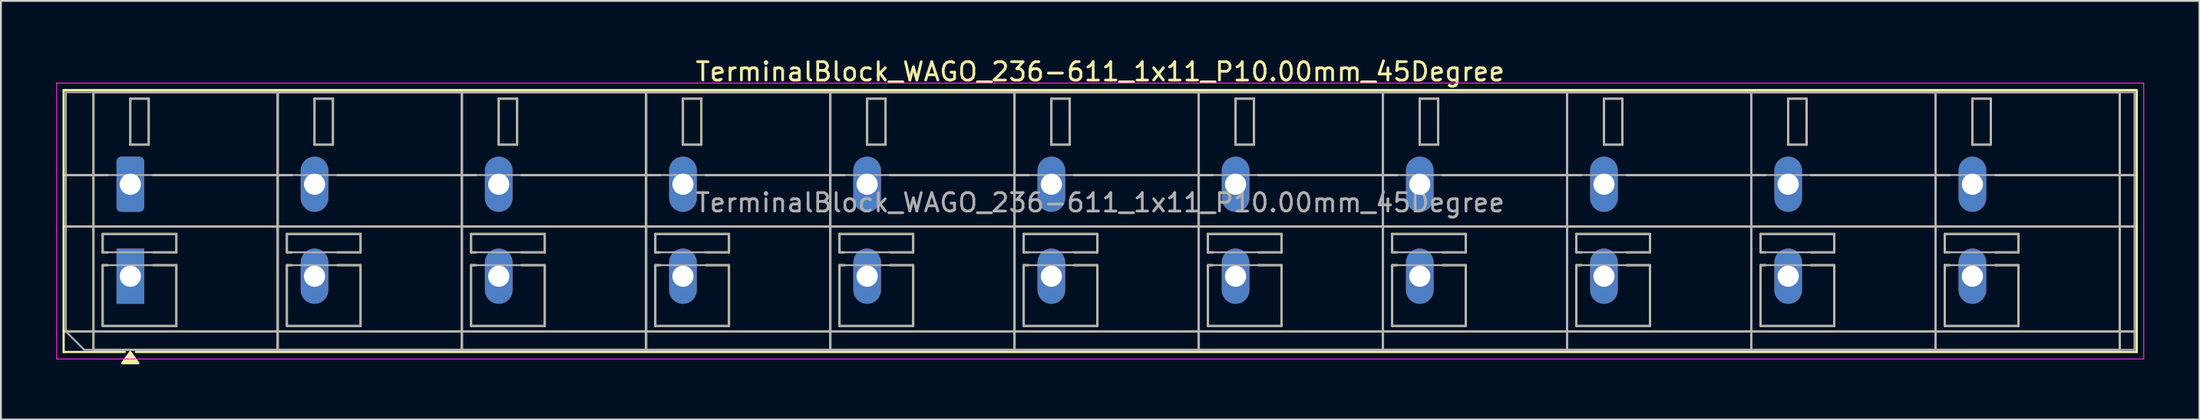
<source format=kicad_pcb>
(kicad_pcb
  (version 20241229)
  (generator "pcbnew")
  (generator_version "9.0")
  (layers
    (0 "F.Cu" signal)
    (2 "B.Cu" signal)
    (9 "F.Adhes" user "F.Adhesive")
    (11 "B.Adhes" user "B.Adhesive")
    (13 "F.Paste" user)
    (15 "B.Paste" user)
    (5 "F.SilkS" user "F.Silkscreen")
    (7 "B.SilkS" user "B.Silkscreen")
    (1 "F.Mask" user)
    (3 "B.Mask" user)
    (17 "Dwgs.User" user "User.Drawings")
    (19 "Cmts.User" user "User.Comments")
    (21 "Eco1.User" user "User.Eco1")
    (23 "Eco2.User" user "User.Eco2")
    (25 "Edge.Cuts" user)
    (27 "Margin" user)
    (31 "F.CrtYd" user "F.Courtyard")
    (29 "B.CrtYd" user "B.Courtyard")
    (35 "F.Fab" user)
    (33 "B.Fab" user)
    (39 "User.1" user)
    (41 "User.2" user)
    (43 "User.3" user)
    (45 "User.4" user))
  (footprint "TerminalBlock_WAGO_236-611_1x11_P10.00mm_45Degree"
    (layer "F.Cu")
    (at 4.025 6.968)
    (property "Reference" "TerminalBlock_WAGO_236-611_1x11_P10.00mm_45Degree" (at 52.65 -6.12 0) (layer "F.SilkS") (effects (font (size 1 1) (thickness 0.15))))
    (attr through_hole)
    (fp_line (start -3.62 -5.12) (end -3.62 9.12) (stroke (width 0.12) (type solid)) (layer "F.SilkS"))
    (fp_line (start -3.62 -5.12) (end 108.92 -5.12) (stroke (width 0.12) (type solid)) (layer "F.SilkS"))
    (fp_line (start -3.62 -0.5) (end -1.23 -0.5) (stroke (width 0.12) (type solid)) (layer "F.SilkS"))
    (fp_line (start -3.62 2.3) (end 108.92 2.3) (stroke (width 0.12) (type solid)) (layer "F.SilkS"))
    (fp_line (start -3.62 8) (end 108.92 8) (stroke (width 0.12) (type solid)) (layer "F.SilkS"))
    (fp_line (start -3.62 9.12) (end -0.3 9.12) (stroke (width 0.12) (type solid)) (layer "F.SilkS"))
    (fp_line (start -2 -5) (end -2 9) (stroke (width 0.12) (type solid)) (layer "F.SilkS"))
    (fp_line (start -2 -5) (end 8 -5) (stroke (width 0.12) (type solid)) (layer "F.SilkS"))
    (fp_line (start -2 9) (end 8 9) (stroke (width 0.12) (type solid)) (layer "F.SilkS"))
    (fp_line (start -1.5 2.7) (end -1.5 3.7) (stroke (width 0.12) (type solid)) (layer "F.SilkS"))
    (fp_line (start -1.5 2.7) (end 2.5 2.7) (stroke (width 0.12) (type solid)) (layer "F.SilkS"))
    (fp_line (start -1.5 3.7) (end -1.23 3.7) (stroke (width 0.12) (type solid)) (layer "F.SilkS"))
    (fp_line (start -1.5 4.4) (end -1.5 7.7) (stroke (width 0.12) (type solid)) (layer "F.SilkS"))
    (fp_line (start -1.5 4.4) (end -1.23 4.4) (stroke (width 0.12) (type solid)) (layer "F.SilkS"))
    (fp_line (start -1.5 7.7) (end 2.5 7.7) (stroke (width 0.12) (type solid)) (layer "F.SilkS"))
    (fp_line (start 0 -4.65) (end 0 -2.15) (stroke (width 0.12) (type solid)) (layer "F.SilkS"))
    (fp_line (start 0 -4.65) (end 1 -4.65) (stroke (width 0.12) (type solid)) (layer "F.SilkS"))
    (fp_line (start 0 -2.15) (end 1 -2.15) (stroke (width 0.12) (type solid)) (layer "F.SilkS"))
    (fp_line (start 0.3 9.12) (end 108.92 9.12) (stroke (width 0.12) (type solid)) (layer "F.SilkS"))
    (fp_line (start 1 -4.65) (end 1 -2.15) (stroke (width 0.12) (type solid)) (layer "F.SilkS"))
    (fp_line (start 1.23 -0.5) (end 8.77 -0.5) (stroke (width 0.12) (type solid)) (layer "F.SilkS"))
    (fp_line (start 1.23 3.7) (end 2.5 3.7) (stroke (width 0.12) (type solid)) (layer "F.SilkS"))
    (fp_line (start 1.23 4.4) (end 2.5 4.4) (stroke (width 0.12) (type solid)) (layer "F.SilkS"))
    (fp_line (start 2.5 2.7) (end 2.5 3.7) (stroke (width 0.12) (type solid)) (layer "F.SilkS"))
    (fp_line (start 2.5 4.4) (end 2.5 7.7) (stroke (width 0.12) (type solid)) (layer "F.SilkS"))
    (fp_line (start 8 -5) (end 8 9) (stroke (width 0.12) (type solid)) (layer "F.SilkS"))
    (fp_line (start 8 -5) (end 8 9) (stroke (width 0.12) (type solid)) (layer "F.SilkS"))
    (fp_line (start 8 -5) (end 18 -5) (stroke (width 0.12) (type solid)) (layer "F.SilkS"))
    (fp_line (start 8 9) (end 18 9) (stroke (width 0.12) (type solid)) (layer "F.SilkS"))
    (fp_line (start 8.5 2.7) (end 8.5 3.7) (stroke (width 0.12) (type solid)) (layer "F.SilkS"))
    (fp_line (start 8.5 2.7) (end 12.5 2.7) (stroke (width 0.12) (type solid)) (layer "F.SilkS"))
    (fp_line (start 8.5 3.7) (end 8.77 3.7) (stroke (width 0.12) (type solid)) (layer "F.SilkS"))
    (fp_line (start 8.5 4.4) (end 8.5 7.7) (stroke (width 0.12) (type solid)) (layer "F.SilkS"))
    (fp_line (start 8.5 4.4) (end 8.77 4.4) (stroke (width 0.12) (type solid)) (layer "F.SilkS"))
    (fp_line (start 8.5 7.7) (end 12.5 7.7) (stroke (width 0.12) (type solid)) (layer "F.SilkS"))
    (fp_line (start 10 -4.65) (end 10 -2.15) (stroke (width 0.12) (type solid)) (layer "F.SilkS"))
    (fp_line (start 10 -4.65) (end 11 -4.65) (stroke (width 0.12) (type solid)) (layer "F.SilkS"))
    (fp_line (start 10 -2.15) (end 11 -2.15) (stroke (width 0.12) (type solid)) (layer "F.SilkS"))
    (fp_line (start 11 -4.65) (end 11 -2.15) (stroke (width 0.12) (type solid)) (layer "F.SilkS"))
    (fp_line (start 11.23 -0.5) (end 18.77 -0.5) (stroke (width 0.12) (type solid)) (layer "F.SilkS"))
    (fp_line (start 11.23 3.7) (end 12.5 3.7) (stroke (width 0.12) (type solid)) (layer "F.SilkS"))
    (fp_line (start 11.23 4.4) (end 12.5 4.4) (stroke (width 0.12) (type solid)) (layer "F.SilkS"))
    (fp_line (start 12.5 2.7) (end 12.5 3.7) (stroke (width 0.12) (type solid)) (layer "F.SilkS"))
    (fp_line (start 12.5 4.4) (end 12.5 7.7) (stroke (width 0.12) (type solid)) (layer "F.SilkS"))
    (fp_line (start 18 -5) (end 18 9) (stroke (width 0.12) (type solid)) (layer "F.SilkS"))
    (fp_line (start 18 -5) (end 18 9) (stroke (width 0.12) (type solid)) (layer "F.SilkS"))
    (fp_line (start 18 -5) (end 28 -5) (stroke (width 0.12) (type solid)) (layer "F.SilkS"))
    (fp_line (start 18 9) (end 28 9) (stroke (width 0.12) (type solid)) (layer "F.SilkS"))
    (fp_line (start 18.5 2.7) (end 18.5 3.7) (stroke (width 0.12) (type solid)) (layer "F.SilkS"))
    (fp_line (start 18.5 2.7) (end 22.5 2.7) (stroke (width 0.12) (type solid)) (layer "F.SilkS"))
    (fp_line (start 18.5 3.7) (end 18.77 3.7) (stroke (width 0.12) (type solid)) (layer "F.SilkS"))
    (fp_line (start 18.5 4.4) (end 18.5 7.7) (stroke (width 0.12) (type solid)) (layer "F.SilkS"))
    (fp_line (start 18.5 4.4) (end 18.77 4.4) (stroke (width 0.12) (type solid)) (layer "F.SilkS"))
    (fp_line (start 18.5 7.7) (end 22.5 7.7) (stroke (width 0.12) (type solid)) (layer "F.SilkS"))
    (fp_line (start 20 -4.65) (end 20 -2.15) (stroke (width 0.12) (type solid)) (layer "F.SilkS"))
    (fp_line (start 20 -4.65) (end 21 -4.65) (stroke (width 0.12) (type solid)) (layer "F.SilkS"))
    (fp_line (start 20 -2.15) (end 21 -2.15) (stroke (width 0.12) (type solid)) (layer "F.SilkS"))
    (fp_line (start 21 -4.65) (end 21 -2.15) (stroke (width 0.12) (type solid)) (layer "F.SilkS"))
    (fp_line (start 21.23 -0.5) (end 28.77 -0.5) (stroke (width 0.12) (type solid)) (layer "F.SilkS"))
    (fp_line (start 21.23 3.7) (end 22.5 3.7) (stroke (width 0.12) (type solid)) (layer "F.SilkS"))
    (fp_line (start 21.23 4.4) (end 22.5 4.4) (stroke (width 0.12) (type solid)) (layer "F.SilkS"))
    (fp_line (start 22.5 2.7) (end 22.5 3.7) (stroke (width 0.12) (type solid)) (layer "F.SilkS"))
    (fp_line (start 22.5 4.4) (end 22.5 7.7) (stroke (width 0.12) (type solid)) (layer "F.SilkS"))
    (fp_line (start 28 -5) (end 28 9) (stroke (width 0.12) (type solid)) (layer "F.SilkS"))
    (fp_line (start 28 -5) (end 28 9) (stroke (width 0.12) (type solid)) (layer "F.SilkS"))
    (fp_line (start 28 -5) (end 38 -5) (stroke (width 0.12) (type solid)) (layer "F.SilkS"))
    (fp_line (start 28 9) (end 38 9) (stroke (width 0.12) (type solid)) (layer "F.SilkS"))
    (fp_line (start 28.5 2.7) (end 28.5 3.7) (stroke (width 0.12) (type solid)) (layer "F.SilkS"))
    (fp_line (start 28.5 2.7) (end 32.5 2.7) (stroke (width 0.12) (type solid)) (layer "F.SilkS"))
    (fp_line (start 28.5 3.7) (end 28.77 3.7) (stroke (width 0.12) (type solid)) (layer "F.SilkS"))
    (fp_line (start 28.5 4.4) (end 28.5 7.7) (stroke (width 0.12) (type solid)) (layer "F.SilkS"))
    (fp_line (start 28.5 4.4) (end 28.77 4.4) (stroke (width 0.12) (type solid)) (layer "F.SilkS"))
    (fp_line (start 28.5 7.7) (end 32.5 7.7) (stroke (width 0.12) (type solid)) (layer "F.SilkS"))
    (fp_line (start 30 -4.65) (end 30 -2.15) (stroke (width 0.12) (type solid)) (layer "F.SilkS"))
    (fp_line (start 30 -4.65) (end 31 -4.65) (stroke (width 0.12) (type solid)) (layer "F.SilkS"))
    (fp_line (start 30 -2.15) (end 31 -2.15) (stroke (width 0.12) (type solid)) (layer "F.SilkS"))
    (fp_line (start 31 -4.65) (end 31 -2.15) (stroke (width 0.12) (type solid)) (layer "F.SilkS"))
    (fp_line (start 31.23 -0.5) (end 38.77 -0.5) (stroke (width 0.12) (type solid)) (layer "F.SilkS"))
    (fp_line (start 31.23 3.7) (end 32.5 3.7) (stroke (width 0.12) (type solid)) (layer "F.SilkS"))
    (fp_line (start 31.23 4.4) (end 32.5 4.4) (stroke (width 0.12) (type solid)) (layer "F.SilkS"))
    (fp_line (start 32.5 2.7) (end 32.5 3.7) (stroke (width 0.12) (type solid)) (layer "F.SilkS"))
    (fp_line (start 32.5 4.4) (end 32.5 7.7) (stroke (width 0.12) (type solid)) (layer "F.SilkS"))
    (fp_line (start 38 -5) (end 38 9) (stroke (width 0.12) (type solid)) (layer "F.SilkS"))
    (fp_line (start 38 -5) (end 38 9) (stroke (width 0.12) (type solid)) (layer "F.SilkS"))
    (fp_line (start 38 -5) (end 48 -5) (stroke (width 0.12) (type solid)) (layer "F.SilkS"))
    (fp_line (start 38 9) (end 48 9) (stroke (width 0.12) (type solid)) (layer "F.SilkS"))
    (fp_line (start 38.5 2.7) (end 38.5 3.7) (stroke (width 0.12) (type solid)) (layer "F.SilkS"))
    (fp_line (start 38.5 2.7) (end 42.5 2.7) (stroke (width 0.12) (type solid)) (layer "F.SilkS"))
    (fp_line (start 38.5 3.7) (end 38.77 3.7) (stroke (width 0.12) (type solid)) (layer "F.SilkS"))
    (fp_line (start 38.5 4.4) (end 38.5 7.7) (stroke (width 0.12) (type solid)) (layer "F.SilkS"))
    (fp_line (start 38.5 4.4) (end 38.77 4.4) (stroke (width 0.12) (type solid)) (layer "F.SilkS"))
    (fp_line (start 38.5 7.7) (end 42.5 7.7) (stroke (width 0.12) (type solid)) (layer "F.SilkS"))
    (fp_line (start 40 -4.65) (end 40 -2.15) (stroke (width 0.12) (type solid)) (layer "F.SilkS"))
    (fp_line (start 40 -4.65) (end 41 -4.65) (stroke (width 0.12) (type solid)) (layer "F.SilkS"))
    (fp_line (start 40 -2.15) (end 41 -2.15) (stroke (width 0.12) (type solid)) (layer "F.SilkS"))
    (fp_line (start 41 -4.65) (end 41 -2.15) (stroke (width 0.12) (type solid)) (layer "F.SilkS"))
    (fp_line (start 41.23 -0.5) (end 48.77 -0.5) (stroke (width 0.12) (type solid)) (layer "F.SilkS"))
    (fp_line (start 41.23 3.7) (end 42.5 3.7) (stroke (width 0.12) (type solid)) (layer "F.SilkS"))
    (fp_line (start 41.23 4.4) (end 42.5 4.4) (stroke (width 0.12) (type solid)) (layer "F.SilkS"))
    (fp_line (start 42.5 2.7) (end 42.5 3.7) (stroke (width 0.12) (type solid)) (layer "F.SilkS"))
    (fp_line (start 42.5 4.4) (end 42.5 7.7) (stroke (width 0.12) (type solid)) (layer "F.SilkS"))
    (fp_line (start 48 -5) (end 48 9) (stroke (width 0.12) (type solid)) (layer "F.SilkS"))
    (fp_line (start 48 -5) (end 48 9) (stroke (width 0.12) (type solid)) (layer "F.SilkS"))
    (fp_line (start 48 -5) (end 58 -5) (stroke (width 0.12) (type solid)) (layer "F.SilkS"))
    (fp_line (start 48 9) (end 58 9) (stroke (width 0.12) (type solid)) (layer "F.SilkS"))
    (fp_line (start 48.5 2.7) (end 48.5 3.7) (stroke (width 0.12) (type solid)) (layer "F.SilkS"))
    (fp_line (start 48.5 2.7) (end 52.5 2.7) (stroke (width 0.12) (type solid)) (layer "F.SilkS"))
    (fp_line (start 48.5 3.7) (end 48.77 3.7) (stroke (width 0.12) (type solid)) (layer "F.SilkS"))
    (fp_line (start 48.5 4.4) (end 48.5 7.7) (stroke (width 0.12) (type solid)) (layer "F.SilkS"))
    (fp_line (start 48.5 4.4) (end 48.77 4.4) (stroke (width 0.12) (type solid)) (layer "F.SilkS"))
    (fp_line (start 48.5 7.7) (end 52.5 7.7) (stroke (width 0.12) (type solid)) (layer "F.SilkS"))
    (fp_line (start 50 -4.65) (end 50 -2.15) (stroke (width 0.12) (type solid)) (layer "F.SilkS"))
    (fp_line (start 50 -4.65) (end 51 -4.65) (stroke (width 0.12) (type solid)) (layer "F.SilkS"))
    (fp_line (start 50 -2.15) (end 51 -2.15) (stroke (width 0.12) (type solid)) (layer "F.SilkS"))
    (fp_line (start 51 -4.65) (end 51 -2.15) (stroke (width 0.12) (type solid)) (layer "F.SilkS"))
    (fp_line (start 51.23 -0.5) (end 58.77 -0.5) (stroke (width 0.12) (type solid)) (layer "F.SilkS"))
    (fp_line (start 51.23 3.7) (end 52.5 3.7) (stroke (width 0.12) (type solid)) (layer "F.SilkS"))
    (fp_line (start 51.23 4.4) (end 52.5 4.4) (stroke (width 0.12) (type solid)) (layer "F.SilkS"))
    (fp_line (start 52.5 2.7) (end 52.5 3.7) (stroke (width 0.12) (type solid)) (layer "F.SilkS"))
    (fp_line (start 52.5 4.4) (end 52.5 7.7) (stroke (width 0.12) (type solid)) (layer "F.SilkS"))
    (fp_line (start 58 -5) (end 58 9) (stroke (width 0.12) (type solid)) (layer "F.SilkS"))
    (fp_line (start 58 -5) (end 58 9) (stroke (width 0.12) (type solid)) (layer "F.SilkS"))
    (fp_line (start 58 -5) (end 68 -5) (stroke (width 0.12) (type solid)) (layer "F.SilkS"))
    (fp_line (start 58 9) (end 68 9) (stroke (width 0.12) (type solid)) (layer "F.SilkS"))
    (fp_line (start 58.5 2.7) (end 58.5 3.7) (stroke (width 0.12) (type solid)) (layer "F.SilkS"))
    (fp_line (start 58.5 2.7) (end 62.5 2.7) (stroke (width 0.12) (type solid)) (layer "F.SilkS"))
    (fp_line (start 58.5 3.7) (end 58.77 3.7) (stroke (width 0.12) (type solid)) (layer "F.SilkS"))
    (fp_line (start 58.5 4.4) (end 58.5 7.7) (stroke (width 0.12) (type solid)) (layer "F.SilkS"))
    (fp_line (start 58.5 4.4) (end 58.77 4.4) (stroke (width 0.12) (type solid)) (layer "F.SilkS"))
    (fp_line (start 58.5 7.7) (end 62.5 7.7) (stroke (width 0.12) (type solid)) (layer "F.SilkS"))
    (fp_line (start 60 -4.65) (end 60 -2.15) (stroke (width 0.12) (type solid)) (layer "F.SilkS"))
    (fp_line (start 60 -4.65) (end 61 -4.65) (stroke (width 0.12) (type solid)) (layer "F.SilkS"))
    (fp_line (start 60 -2.15) (end 61 -2.15) (stroke (width 0.12) (type solid)) (layer "F.SilkS"))
    (fp_line (start 61 -4.65) (end 61 -2.15) (stroke (width 0.12) (type solid)) (layer "F.SilkS"))
    (fp_line (start 61.23 -0.5) (end 68.77 -0.5) (stroke (width 0.12) (type solid)) (layer "F.SilkS"))
    (fp_line (start 61.23 3.7) (end 62.5 3.7) (stroke (width 0.12) (type solid)) (layer "F.SilkS"))
    (fp_line (start 61.23 4.4) (end 62.5 4.4) (stroke (width 0.12) (type solid)) (layer "F.SilkS"))
    (fp_line (start 62.5 2.7) (end 62.5 3.7) (stroke (width 0.12) (type solid)) (layer "F.SilkS"))
    (fp_line (start 62.5 4.4) (end 62.5 7.7) (stroke (width 0.12) (type solid)) (layer "F.SilkS"))
    (fp_line (start 68 -5) (end 68 9) (stroke (width 0.12) (type solid)) (layer "F.SilkS"))
    (fp_line (start 68 -5) (end 68 9) (stroke (width 0.12) (type solid)) (layer "F.SilkS"))
    (fp_line (start 68 -5) (end 78 -5) (stroke (width 0.12) (type solid)) (layer "F.SilkS"))
    (fp_line (start 68 9) (end 78 9) (stroke (width 0.12) (type solid)) (layer "F.SilkS"))
    (fp_line (start 68.5 2.7) (end 68.5 3.7) (stroke (width 0.12) (type solid)) (layer "F.SilkS"))
    (fp_line (start 68.5 2.7) (end 72.5 2.7) (stroke (width 0.12) (type solid)) (layer "F.SilkS"))
    (fp_line (start 68.5 3.7) (end 68.77 3.7) (stroke (width 0.12) (type solid)) (layer "F.SilkS"))
    (fp_line (start 68.5 4.4) (end 68.5 7.7) (stroke (width 0.12) (type solid)) (layer "F.SilkS"))
    (fp_line (start 68.5 4.4) (end 68.77 4.4) (stroke (width 0.12) (type solid)) (layer "F.SilkS"))
    (fp_line (start 68.5 7.7) (end 72.5 7.7) (stroke (width 0.12) (type solid)) (layer "F.SilkS"))
    (fp_line (start 70 -4.65) (end 70 -2.15) (stroke (width 0.12) (type solid)) (layer "F.SilkS"))
    (fp_line (start 70 -4.65) (end 71 -4.65) (stroke (width 0.12) (type solid)) (layer "F.SilkS"))
    (fp_line (start 70 -2.15) (end 71 -2.15) (stroke (width 0.12) (type solid)) (layer "F.SilkS"))
    (fp_line (start 71 -4.65) (end 71 -2.15) (stroke (width 0.12) (type solid)) (layer "F.SilkS"))
    (fp_line (start 71.23 -0.5) (end 78.77 -0.5) (stroke (width 0.12) (type solid)) (layer "F.SilkS"))
    (fp_line (start 71.23 3.7) (end 72.5 3.7) (stroke (width 0.12) (type solid)) (layer "F.SilkS"))
    (fp_line (start 71.23 4.4) (end 72.5 4.4) (stroke (width 0.12) (type solid)) (layer "F.SilkS"))
    (fp_line (start 72.5 2.7) (end 72.5 3.7) (stroke (width 0.12) (type solid)) (layer "F.SilkS"))
    (fp_line (start 72.5 4.4) (end 72.5 7.7) (stroke (width 0.12) (type solid)) (layer "F.SilkS"))
    (fp_line (start 78 -5) (end 78 9) (stroke (width 0.12) (type solid)) (layer "F.SilkS"))
    (fp_line (start 78 -5) (end 78 9) (stroke (width 0.12) (type solid)) (layer "F.SilkS"))
    (fp_line (start 78 -5) (end 88 -5) (stroke (width 0.12) (type solid)) (layer "F.SilkS"))
    (fp_line (start 78 9) (end 88 9) (stroke (width 0.12) (type solid)) (layer "F.SilkS"))
    (fp_line (start 78.5 2.7) (end 78.5 3.7) (stroke (width 0.12) (type solid)) (layer "F.SilkS"))
    (fp_line (start 78.5 2.7) (end 82.5 2.7) (stroke (width 0.12) (type solid)) (layer "F.SilkS"))
    (fp_line (start 78.5 3.7) (end 78.77 3.7) (stroke (width 0.12) (type solid)) (layer "F.SilkS"))
    (fp_line (start 78.5 4.4) (end 78.5 7.7) (stroke (width 0.12) (type solid)) (layer "F.SilkS"))
    (fp_line (start 78.5 4.4) (end 78.77 4.4) (stroke (width 0.12) (type solid)) (layer "F.SilkS"))
    (fp_line (start 78.5 7.7) (end 82.5 7.7) (stroke (width 0.12) (type solid)) (layer "F.SilkS"))
    (fp_line (start 80 -4.65) (end 80 -2.15) (stroke (width 0.12) (type solid)) (layer "F.SilkS"))
    (fp_line (start 80 -4.65) (end 81 -4.65) (stroke (width 0.12) (type solid)) (layer "F.SilkS"))
    (fp_line (start 80 -2.15) (end 81 -2.15) (stroke (width 0.12) (type solid)) (layer "F.SilkS"))
    (fp_line (start 81 -4.65) (end 81 -2.15) (stroke (width 0.12) (type solid)) (layer "F.SilkS"))
    (fp_line (start 81.23 -0.5) (end 88.77 -0.5) (stroke (width 0.12) (type solid)) (layer "F.SilkS"))
    (fp_line (start 81.23 3.7) (end 82.5 3.7) (stroke (width 0.12) (type solid)) (layer "F.SilkS"))
    (fp_line (start 81.23 4.4) (end 82.5 4.4) (stroke (width 0.12) (type solid)) (layer "F.SilkS"))
    (fp_line (start 82.5 2.7) (end 82.5 3.7) (stroke (width 0.12) (type solid)) (layer "F.SilkS"))
    (fp_line (start 82.5 4.4) (end 82.5 7.7) (stroke (width 0.12) (type solid)) (layer "F.SilkS"))
    (fp_line (start 88 -5) (end 88 9) (stroke (width 0.12) (type solid)) (layer "F.SilkS"))
    (fp_line (start 88 -5) (end 88 9) (stroke (width 0.12) (type solid)) (layer "F.SilkS"))
    (fp_line (start 88 -5) (end 98 -5) (stroke (width 0.12) (type solid)) (layer "F.SilkS"))
    (fp_line (start 88 9) (end 98 9) (stroke (width 0.12) (type solid)) (layer "F.SilkS"))
    (fp_line (start 88.5 2.7) (end 88.5 3.7) (stroke (width 0.12) (type solid)) (layer "F.SilkS"))
    (fp_line (start 88.5 2.7) (end 92.5 2.7) (stroke (width 0.12) (type solid)) (layer "F.SilkS"))
    (fp_line (start 88.5 3.7) (end 88.77 3.7) (stroke (width 0.12) (type solid)) (layer "F.SilkS"))
    (fp_line (start 88.5 4.4) (end 88.5 7.7) (stroke (width 0.12) (type solid)) (layer "F.SilkS"))
    (fp_line (start 88.5 4.4) (end 88.77 4.4) (stroke (width 0.12) (type solid)) (layer "F.SilkS"))
    (fp_line (start 88.5 7.7) (end 92.5 7.7) (stroke (width 0.12) (type solid)) (layer "F.SilkS"))
    (fp_line (start 90 -4.65) (end 90 -2.15) (stroke (width 0.12) (type solid)) (layer "F.SilkS"))
    (fp_line (start 90 -4.65) (end 91 -4.65) (stroke (width 0.12) (type solid)) (layer "F.SilkS"))
    (fp_line (start 90 -2.15) (end 91 -2.15) (stroke (width 0.12) (type solid)) (layer "F.SilkS"))
    (fp_line (start 91 -4.65) (end 91 -2.15) (stroke (width 0.12) (type solid)) (layer "F.SilkS"))
    (fp_line (start 91.23 -0.5) (end 98.77 -0.5) (stroke (width 0.12) (type solid)) (layer "F.SilkS"))
    (fp_line (start 91.23 3.7) (end 92.5 3.7) (stroke (width 0.12) (type solid)) (layer "F.SilkS"))
    (fp_line (start 91.23 4.4) (end 92.5 4.4) (stroke (width 0.12) (type solid)) (layer "F.SilkS"))
    (fp_line (start 92.5 2.7) (end 92.5 3.7) (stroke (width 0.12) (type solid)) (layer "F.SilkS"))
    (fp_line (start 92.5 4.4) (end 92.5 7.7) (stroke (width 0.12) (type solid)) (layer "F.SilkS"))
    (fp_line (start 98 -5) (end 98 9) (stroke (width 0.12) (type solid)) (layer "F.SilkS"))
    (fp_line (start 98 -5) (end 98 9) (stroke (width 0.12) (type solid)) (layer "F.SilkS"))
    (fp_line (start 98 -5) (end 108 -5) (stroke (width 0.12) (type solid)) (layer "F.SilkS"))
    (fp_line (start 98 9) (end 108 9) (stroke (width 0.12) (type solid)) (layer "F.SilkS"))
    (fp_line (start 98.5 2.7) (end 98.5 3.7) (stroke (width 0.12) (type solid)) (layer "F.SilkS"))
    (fp_line (start 98.5 2.7) (end 102.5 2.7) (stroke (width 0.12) (type solid)) (layer "F.SilkS"))
    (fp_line (start 98.5 3.7) (end 98.77 3.7) (stroke (width 0.12) (type solid)) (layer "F.SilkS"))
    (fp_line (start 98.5 4.4) (end 98.5 7.7) (stroke (width 0.12) (type solid)) (layer "F.SilkS"))
    (fp_line (start 98.5 4.4) (end 98.77 4.4) (stroke (width 0.12) (type solid)) (layer "F.SilkS"))
    (fp_line (start 98.5 7.7) (end 102.5 7.7) (stroke (width 0.12) (type solid)) (layer "F.SilkS"))
    (fp_line (start 100 -4.65) (end 100 -2.15) (stroke (width 0.12) (type solid)) (layer "F.SilkS"))
    (fp_line (start 100 -4.65) (end 101 -4.65) (stroke (width 0.12) (type solid)) (layer "F.SilkS"))
    (fp_line (start 100 -2.15) (end 101 -2.15) (stroke (width 0.12) (type solid)) (layer "F.SilkS"))
    (fp_line (start 101 -4.65) (end 101 -2.15) (stroke (width 0.12) (type solid)) (layer "F.SilkS"))
    (fp_line (start 101.23 -0.5) (end 108.92 -0.5) (stroke (width 0.12) (type solid)) (layer "F.SilkS"))
    (fp_line (start 101.23 3.7) (end 102.5 3.7) (stroke (width 0.12) (type solid)) (layer "F.SilkS"))
    (fp_line (start 101.23 4.4) (end 102.5 4.4) (stroke (width 0.12) (type solid)) (layer "F.SilkS"))
    (fp_line (start 102.5 2.7) (end 102.5 3.7) (stroke (width 0.12) (type solid)) (layer "F.SilkS"))
    (fp_line (start 102.5 4.4) (end 102.5 7.7) (stroke (width 0.12) (type solid)) (layer "F.SilkS"))
    (fp_line (start 108 -5) (end 108 9) (stroke (width 0.12) (type solid)) (layer "F.SilkS"))
    (fp_line (start 108.92 -5.12) (end 108.92 9.12) (stroke (width 0.12) (type solid)) (layer "F.SilkS"))
    (fp_poly (pts (xy 0 9.12) (xy 0.44 9.73) (xy -0.44 9.73)) (stroke (width 0.12) (type solid)) (fill yes) (layer "F.SilkS"))
    (fp_line (start -4 -5.5) (end -4 9.5) (stroke (width 0.05) (type solid)) (layer "F.CrtYd"))
    (fp_line (start -4 9.5) (end 109.3 9.5) (stroke (width 0.05) (type solid)) (layer "F.CrtYd"))
    (fp_line (start 109.3 -5.5) (end -4 -5.5) (stroke (width 0.05) (type solid)) (layer "F.CrtYd"))
    (fp_line (start 109.3 9.5) (end 109.3 -5.5) (stroke (width 0.05) (type solid)) (layer "F.CrtYd"))
    (fp_line (start -3.5 -5) (end 108.8 -5) (stroke (width 0.1) (type solid)) (layer "F.Fab"))
    (fp_line (start -3.5 -0.5) (end 108.8 -0.5) (stroke (width 0.1) (type solid)) (layer "F.Fab"))
    (fp_line (start -3.5 2.3) (end 108.8 2.3) (stroke (width 0.1) (type solid)) (layer "F.Fab"))
    (fp_line (start -3.5 8) (end -3.5 -5) (stroke (width 0.1) (type solid)) (layer "F.Fab"))
    (fp_line (start -3.5 8) (end 108.8 8) (stroke (width 0.1) (type solid)) (layer "F.Fab"))
    (fp_line (start -2.5 9) (end -3.5 8) (stroke (width 0.1) (type solid)) (layer "F.Fab"))
    (fp_line (start -2 -5) (end -2 9) (stroke (width 0.1) (type solid)) (layer "F.Fab"))
    (fp_line (start -2 9) (end 8 9) (stroke (width 0.1) (type solid)) (layer "F.Fab"))
    (fp_line (start -1.5 2.7) (end -1.5 3.7) (stroke (width 0.1) (type solid)) (layer "F.Fab"))
    (fp_line (start -1.5 3.7) (end 2.5 3.7) (stroke (width 0.1) (type solid)) (layer "F.Fab"))
    (fp_line (start -1.5 4.4) (end -1.5 7.7) (stroke (width 0.1) (type solid)) (layer "F.Fab"))
    (fp_line (start -1.5 7.7) (end 2.5 7.7) (stroke (width 0.1) (type solid)) (layer "F.Fab"))
    (fp_line (start 0 -4.65) (end 0 -2.15) (stroke (width 0.1) (type solid)) (layer "F.Fab"))
    (fp_line (start 0 -2.15) (end 1 -2.15) (stroke (width 0.1) (type solid)) (layer "F.Fab"))
    (fp_line (start 1 -4.65) (end 0 -4.65) (stroke (width 0.1) (type solid)) (layer "F.Fab"))
    (fp_line (start 1 -2.15) (end 1 -4.65) (stroke (width 0.1) (type solid)) (layer "F.Fab"))
    (fp_line (start 2.5 2.7) (end -1.5 2.7) (stroke (width 0.1) (type solid)) (layer "F.Fab"))
    (fp_line (start 2.5 3.7) (end 2.5 2.7) (stroke (width 0.1) (type solid)) (layer "F.Fab"))
    (fp_line (start 2.5 4.4) (end -1.5 4.4) (stroke (width 0.1) (type solid)) (layer "F.Fab"))
    (fp_line (start 2.5 7.7) (end 2.5 4.4) (stroke (width 0.1) (type solid)) (layer "F.Fab"))
    (fp_line (start 8 -5) (end -2 -5) (stroke (width 0.1) (type solid)) (layer "F.Fab"))
    (fp_line (start 8 -5) (end 8 9) (stroke (width 0.1) (type solid)) (layer "F.Fab"))
    (fp_line (start 8 9) (end 8 -5) (stroke (width 0.1) (type solid)) (layer "F.Fab"))
    (fp_line (start 8 9) (end 18 9) (stroke (width 0.1) (type solid)) (layer "F.Fab"))
    (fp_line (start 8.5 2.7) (end 8.5 3.7) (stroke (width 0.1) (type solid)) (layer "F.Fab"))
    (fp_line (start 8.5 3.7) (end 12.5 3.7) (stroke (width 0.1) (type solid)) (layer "F.Fab"))
    (fp_line (start 8.5 4.4) (end 8.5 7.7) (stroke (width 0.1) (type solid)) (layer "F.Fab"))
    (fp_line (start 8.5 7.7) (end 12.5 7.7) (stroke (width 0.1) (type solid)) (layer "F.Fab"))
    (fp_line (start 10 -4.65) (end 10 -2.15) (stroke (width 0.1) (type solid)) (layer "F.Fab"))
    (fp_line (start 10 -2.15) (end 11 -2.15) (stroke (width 0.1) (type solid)) (layer "F.Fab"))
    (fp_line (start 11 -4.65) (end 10 -4.65) (stroke (width 0.1) (type solid)) (layer "F.Fab"))
    (fp_line (start 11 -2.15) (end 11 -4.65) (stroke (width 0.1) (type solid)) (layer "F.Fab"))
    (fp_line (start 12.5 2.7) (end 8.5 2.7) (stroke (width 0.1) (type solid)) (layer "F.Fab"))
    (fp_line (start 12.5 3.7) (end 12.5 2.7) (stroke (width 0.1) (type solid)) (layer "F.Fab"))
    (fp_line (start 12.5 4.4) (end 8.5 4.4) (stroke (width 0.1) (type solid)) (layer "F.Fab"))
    (fp_line (start 12.5 7.7) (end 12.5 4.4) (stroke (width 0.1) (type solid)) (layer "F.Fab"))
    (fp_line (start 18 -5) (end 8 -5) (stroke (width 0.1) (type solid)) (layer "F.Fab"))
    (fp_line (start 18 -5) (end 18 9) (stroke (width 0.1) (type solid)) (layer "F.Fab"))
    (fp_line (start 18 9) (end 18 -5) (stroke (width 0.1) (type solid)) (layer "F.Fab"))
    (fp_line (start 18 9) (end 28 9) (stroke (width 0.1) (type solid)) (layer "F.Fab"))
    (fp_line (start 18.5 2.7) (end 18.5 3.7) (stroke (width 0.1) (type solid)) (layer "F.Fab"))
    (fp_line (start 18.5 3.7) (end 22.5 3.7) (stroke (width 0.1) (type solid)) (layer "F.Fab"))
    (fp_line (start 18.5 4.4) (end 18.5 7.7) (stroke (width 0.1) (type solid)) (layer "F.Fab"))
    (fp_line (start 18.5 7.7) (end 22.5 7.7) (stroke (width 0.1) (type solid)) (layer "F.Fab"))
    (fp_line (start 20 -4.65) (end 20 -2.15) (stroke (width 0.1) (type solid)) (layer "F.Fab"))
    (fp_line (start 20 -2.15) (end 21 -2.15) (stroke (width 0.1) (type solid)) (layer "F.Fab"))
    (fp_line (start 21 -4.65) (end 20 -4.65) (stroke (width 0.1) (type solid)) (layer "F.Fab"))
    (fp_line (start 21 -2.15) (end 21 -4.65) (stroke (width 0.1) (type solid)) (layer "F.Fab"))
    (fp_line (start 22.5 2.7) (end 18.5 2.7) (stroke (width 0.1) (type solid)) (layer "F.Fab"))
    (fp_line (start 22.5 3.7) (end 22.5 2.7) (stroke (width 0.1) (type solid)) (layer "F.Fab"))
    (fp_line (start 22.5 4.4) (end 18.5 4.4) (stroke (width 0.1) (type solid)) (layer "F.Fab"))
    (fp_line (start 22.5 7.7) (end 22.5 4.4) (stroke (width 0.1) (type solid)) (layer "F.Fab"))
    (fp_line (start 28 -5) (end 18 -5) (stroke (width 0.1) (type solid)) (layer "F.Fab"))
    (fp_line (start 28 -5) (end 28 9) (stroke (width 0.1) (type solid)) (layer "F.Fab"))
    (fp_line (start 28 9) (end 28 -5) (stroke (width 0.1) (type solid)) (layer "F.Fab"))
    (fp_line (start 28 9) (end 38 9) (stroke (width 0.1) (type solid)) (layer "F.Fab"))
    (fp_line (start 28.5 2.7) (end 28.5 3.7) (stroke (width 0.1) (type solid)) (layer "F.Fab"))
    (fp_line (start 28.5 3.7) (end 32.5 3.7) (stroke (width 0.1) (type solid)) (layer "F.Fab"))
    (fp_line (start 28.5 4.4) (end 28.5 7.7) (stroke (width 0.1) (type solid)) (layer "F.Fab"))
    (fp_line (start 28.5 7.7) (end 32.5 7.7) (stroke (width 0.1) (type solid)) (layer "F.Fab"))
    (fp_line (start 30 -4.65) (end 30 -2.15) (stroke (width 0.1) (type solid)) (layer "F.Fab"))
    (fp_line (start 30 -2.15) (end 31 -2.15) (stroke (width 0.1) (type solid)) (layer "F.Fab"))
    (fp_line (start 31 -4.65) (end 30 -4.65) (stroke (width 0.1) (type solid)) (layer "F.Fab"))
    (fp_line (start 31 -2.15) (end 31 -4.65) (stroke (width 0.1) (type solid)) (layer "F.Fab"))
    (fp_line (start 32.5 2.7) (end 28.5 2.7) (stroke (width 0.1) (type solid)) (layer "F.Fab"))
    (fp_line (start 32.5 3.7) (end 32.5 2.7) (stroke (width 0.1) (type solid)) (layer "F.Fab"))
    (fp_line (start 32.5 4.4) (end 28.5 4.4) (stroke (width 0.1) (type solid)) (layer "F.Fab"))
    (fp_line (start 32.5 7.7) (end 32.5 4.4) (stroke (width 0.1) (type solid)) (layer "F.Fab"))
    (fp_line (start 38 -5) (end 28 -5) (stroke (width 0.1) (type solid)) (layer "F.Fab"))
    (fp_line (start 38 -5) (end 38 9) (stroke (width 0.1) (type solid)) (layer "F.Fab"))
    (fp_line (start 38 9) (end 38 -5) (stroke (width 0.1) (type solid)) (layer "F.Fab"))
    (fp_line (start 38 9) (end 48 9) (stroke (width 0.1) (type solid)) (layer "F.Fab"))
    (fp_line (start 38.5 2.7) (end 38.5 3.7) (stroke (width 0.1) (type solid)) (layer "F.Fab"))
    (fp_line (start 38.5 3.7) (end 42.5 3.7) (stroke (width 0.1) (type solid)) (layer "F.Fab"))
    (fp_line (start 38.5 4.4) (end 38.5 7.7) (stroke (width 0.1) (type solid)) (layer "F.Fab"))
    (fp_line (start 38.5 7.7) (end 42.5 7.7) (stroke (width 0.1) (type solid)) (layer "F.Fab"))
    (fp_line (start 40 -4.65) (end 40 -2.15) (stroke (width 0.1) (type solid)) (layer "F.Fab"))
    (fp_line (start 40 -2.15) (end 41 -2.15) (stroke (width 0.1) (type solid)) (layer "F.Fab"))
    (fp_line (start 41 -4.65) (end 40 -4.65) (stroke (width 0.1) (type solid)) (layer "F.Fab"))
    (fp_line (start 41 -2.15) (end 41 -4.65) (stroke (width 0.1) (type solid)) (layer "F.Fab"))
    (fp_line (start 42.5 2.7) (end 38.5 2.7) (stroke (width 0.1) (type solid)) (layer "F.Fab"))
    (fp_line (start 42.5 3.7) (end 42.5 2.7) (stroke (width 0.1) (type solid)) (layer "F.Fab"))
    (fp_line (start 42.5 4.4) (end 38.5 4.4) (stroke (width 0.1) (type solid)) (layer "F.Fab"))
    (fp_line (start 42.5 7.7) (end 42.5 4.4) (stroke (width 0.1) (type solid)) (layer "F.Fab"))
    (fp_line (start 48 -5) (end 38 -5) (stroke (width 0.1) (type solid)) (layer "F.Fab"))
    (fp_line (start 48 -5) (end 48 9) (stroke (width 0.1) (type solid)) (layer "F.Fab"))
    (fp_line (start 48 9) (end 48 -5) (stroke (width 0.1) (type solid)) (layer "F.Fab"))
    (fp_line (start 48 9) (end 58 9) (stroke (width 0.1) (type solid)) (layer "F.Fab"))
    (fp_line (start 48.5 2.7) (end 48.5 3.7) (stroke (width 0.1) (type solid)) (layer "F.Fab"))
    (fp_line (start 48.5 3.7) (end 52.5 3.7) (stroke (width 0.1) (type solid)) (layer "F.Fab"))
    (fp_line (start 48.5 4.4) (end 48.5 7.7) (stroke (width 0.1) (type solid)) (layer "F.Fab"))
    (fp_line (start 48.5 7.7) (end 52.5 7.7) (stroke (width 0.1) (type solid)) (layer "F.Fab"))
    (fp_line (start 50 -4.65) (end 50 -2.15) (stroke (width 0.1) (type solid)) (layer "F.Fab"))
    (fp_line (start 50 -2.15) (end 51 -2.15) (stroke (width 0.1) (type solid)) (layer "F.Fab"))
    (fp_line (start 51 -4.65) (end 50 -4.65) (stroke (width 0.1) (type solid)) (layer "F.Fab"))
    (fp_line (start 51 -2.15) (end 51 -4.65) (stroke (width 0.1) (type solid)) (layer "F.Fab"))
    (fp_line (start 52.5 2.7) (end 48.5 2.7) (stroke (width 0.1) (type solid)) (layer "F.Fab"))
    (fp_line (start 52.5 3.7) (end 52.5 2.7) (stroke (width 0.1) (type solid)) (layer "F.Fab"))
    (fp_line (start 52.5 4.4) (end 48.5 4.4) (stroke (width 0.1) (type solid)) (layer "F.Fab"))
    (fp_line (start 52.5 7.7) (end 52.5 4.4) (stroke (width 0.1) (type solid)) (layer "F.Fab"))
    (fp_line (start 58 -5) (end 48 -5) (stroke (width 0.1) (type solid)) (layer "F.Fab"))
    (fp_line (start 58 -5) (end 58 9) (stroke (width 0.1) (type solid)) (layer "F.Fab"))
    (fp_line (start 58 9) (end 58 -5) (stroke (width 0.1) (type solid)) (layer "F.Fab"))
    (fp_line (start 58 9) (end 68 9) (stroke (width 0.1) (type solid)) (layer "F.Fab"))
    (fp_line (start 58.5 2.7) (end 58.5 3.7) (stroke (width 0.1) (type solid)) (layer "F.Fab"))
    (fp_line (start 58.5 3.7) (end 62.5 3.7) (stroke (width 0.1) (type solid)) (layer "F.Fab"))
    (fp_line (start 58.5 4.4) (end 58.5 7.7) (stroke (width 0.1) (type solid)) (layer "F.Fab"))
    (fp_line (start 58.5 7.7) (end 62.5 7.7) (stroke (width 0.1) (type solid)) (layer "F.Fab"))
    (fp_line (start 60 -4.65) (end 60 -2.15) (stroke (width 0.1) (type solid)) (layer "F.Fab"))
    (fp_line (start 60 -2.15) (end 61 -2.15) (stroke (width 0.1) (type solid)) (layer "F.Fab"))
    (fp_line (start 61 -4.65) (end 60 -4.65) (stroke (width 0.1) (type solid)) (layer "F.Fab"))
    (fp_line (start 61 -2.15) (end 61 -4.65) (stroke (width 0.1) (type solid)) (layer "F.Fab"))
    (fp_line (start 62.5 2.7) (end 58.5 2.7) (stroke (width 0.1) (type solid)) (layer "F.Fab"))
    (fp_line (start 62.5 3.7) (end 62.5 2.7) (stroke (width 0.1) (type solid)) (layer "F.Fab"))
    (fp_line (start 62.5 4.4) (end 58.5 4.4) (stroke (width 0.1) (type solid)) (layer "F.Fab"))
    (fp_line (start 62.5 7.7) (end 62.5 4.4) (stroke (width 0.1) (type solid)) (layer "F.Fab"))
    (fp_line (start 68 -5) (end 58 -5) (stroke (width 0.1) (type solid)) (layer "F.Fab"))
    (fp_line (start 68 -5) (end 68 9) (stroke (width 0.1) (type solid)) (layer "F.Fab"))
    (fp_line (start 68 9) (end 68 -5) (stroke (width 0.1) (type solid)) (layer "F.Fab"))
    (fp_line (start 68 9) (end 78 9) (stroke (width 0.1) (type solid)) (layer "F.Fab"))
    (fp_line (start 68.5 2.7) (end 68.5 3.7) (stroke (width 0.1) (type solid)) (layer "F.Fab"))
    (fp_line (start 68.5 3.7) (end 72.5 3.7) (stroke (width 0.1) (type solid)) (layer "F.Fab"))
    (fp_line (start 68.5 4.4) (end 68.5 7.7) (stroke (width 0.1) (type solid)) (layer "F.Fab"))
    (fp_line (start 68.5 7.7) (end 72.5 7.7) (stroke (width 0.1) (type solid)) (layer "F.Fab"))
    (fp_line (start 70 -4.65) (end 70 -2.15) (stroke (width 0.1) (type solid)) (layer "F.Fab"))
    (fp_line (start 70 -2.15) (end 71 -2.15) (stroke (width 0.1) (type solid)) (layer "F.Fab"))
    (fp_line (start 71 -4.65) (end 70 -4.65) (stroke (width 0.1) (type solid)) (layer "F.Fab"))
    (fp_line (start 71 -2.15) (end 71 -4.65) (stroke (width 0.1) (type solid)) (layer "F.Fab"))
    (fp_line (start 72.5 2.7) (end 68.5 2.7) (stroke (width 0.1) (type solid)) (layer "F.Fab"))
    (fp_line (start 72.5 3.7) (end 72.5 2.7) (stroke (width 0.1) (type solid)) (layer "F.Fab"))
    (fp_line (start 72.5 4.4) (end 68.5 4.4) (stroke (width 0.1) (type solid)) (layer "F.Fab"))
    (fp_line (start 72.5 7.7) (end 72.5 4.4) (stroke (width 0.1) (type solid)) (layer "F.Fab"))
    (fp_line (start 78 -5) (end 68 -5) (stroke (width 0.1) (type solid)) (layer "F.Fab"))
    (fp_line (start 78 -5) (end 78 9) (stroke (width 0.1) (type solid)) (layer "F.Fab"))
    (fp_line (start 78 9) (end 78 -5) (stroke (width 0.1) (type solid)) (layer "F.Fab"))
    (fp_line (start 78 9) (end 88 9) (stroke (width 0.1) (type solid)) (layer "F.Fab"))
    (fp_line (start 78.5 2.7) (end 78.5 3.7) (stroke (width 0.1) (type solid)) (layer "F.Fab"))
    (fp_line (start 78.5 3.7) (end 82.5 3.7) (stroke (width 0.1) (type solid)) (layer "F.Fab"))
    (fp_line (start 78.5 4.4) (end 78.5 7.7) (stroke (width 0.1) (type solid)) (layer "F.Fab"))
    (fp_line (start 78.5 7.7) (end 82.5 7.7) (stroke (width 0.1) (type solid)) (layer "F.Fab"))
    (fp_line (start 80 -4.65) (end 80 -2.15) (stroke (width 0.1) (type solid)) (layer "F.Fab"))
    (fp_line (start 80 -2.15) (end 81 -2.15) (stroke (width 0.1) (type solid)) (layer "F.Fab"))
    (fp_line (start 81 -4.65) (end 80 -4.65) (stroke (width 0.1) (type solid)) (layer "F.Fab"))
    (fp_line (start 81 -2.15) (end 81 -4.65) (stroke (width 0.1) (type solid)) (layer "F.Fab"))
    (fp_line (start 82.5 2.7) (end 78.5 2.7) (stroke (width 0.1) (type solid)) (layer "F.Fab"))
    (fp_line (start 82.5 3.7) (end 82.5 2.7) (stroke (width 0.1) (type solid)) (layer "F.Fab"))
    (fp_line (start 82.5 4.4) (end 78.5 4.4) (stroke (width 0.1) (type solid)) (layer "F.Fab"))
    (fp_line (start 82.5 7.7) (end 82.5 4.4) (stroke (width 0.1) (type solid)) (layer "F.Fab"))
    (fp_line (start 88 -5) (end 78 -5) (stroke (width 0.1) (type solid)) (layer "F.Fab"))
    (fp_line (start 88 -5) (end 88 9) (stroke (width 0.1) (type solid)) (layer "F.Fab"))
    (fp_line (start 88 9) (end 88 -5) (stroke (width 0.1) (type solid)) (layer "F.Fab"))
    (fp_line (start 88 9) (end 98 9) (stroke (width 0.1) (type solid)) (layer "F.Fab"))
    (fp_line (start 88.5 2.7) (end 88.5 3.7) (stroke (width 0.1) (type solid)) (layer "F.Fab"))
    (fp_line (start 88.5 3.7) (end 92.5 3.7) (stroke (width 0.1) (type solid)) (layer "F.Fab"))
    (fp_line (start 88.5 4.4) (end 88.5 7.7) (stroke (width 0.1) (type solid)) (layer "F.Fab"))
    (fp_line (start 88.5 7.7) (end 92.5 7.7) (stroke (width 0.1) (type solid)) (layer "F.Fab"))
    (fp_line (start 90 -4.65) (end 90 -2.15) (stroke (width 0.1) (type solid)) (layer "F.Fab"))
    (fp_line (start 90 -2.15) (end 91 -2.15) (stroke (width 0.1) (type solid)) (layer "F.Fab"))
    (fp_line (start 91 -4.65) (end 90 -4.65) (stroke (width 0.1) (type solid)) (layer "F.Fab"))
    (fp_line (start 91 -2.15) (end 91 -4.65) (stroke (width 0.1) (type solid)) (layer "F.Fab"))
    (fp_line (start 92.5 2.7) (end 88.5 2.7) (stroke (width 0.1) (type solid)) (layer "F.Fab"))
    (fp_line (start 92.5 3.7) (end 92.5 2.7) (stroke (width 0.1) (type solid)) (layer "F.Fab"))
    (fp_line (start 92.5 4.4) (end 88.5 4.4) (stroke (width 0.1) (type solid)) (layer "F.Fab"))
    (fp_line (start 92.5 7.7) (end 92.5 4.4) (stroke (width 0.1) (type solid)) (layer "F.Fab"))
    (fp_line (start 98 -5) (end 88 -5) (stroke (width 0.1) (type solid)) (layer "F.Fab"))
    (fp_line (start 98 -5) (end 98 9) (stroke (width 0.1) (type solid)) (layer "F.Fab"))
    (fp_line (start 98 9) (end 98 -5) (stroke (width 0.1) (type solid)) (layer "F.Fab"))
    (fp_line (start 98 9) (end 108 9) (stroke (width 0.1) (type solid)) (layer "F.Fab"))
    (fp_line (start 98.5 2.7) (end 98.5 3.7) (stroke (width 0.1) (type solid)) (layer "F.Fab"))
    (fp_line (start 98.5 3.7) (end 102.5 3.7) (stroke (width 0.1) (type solid)) (layer "F.Fab"))
    (fp_line (start 98.5 4.4) (end 98.5 7.7) (stroke (width 0.1) (type solid)) (layer "F.Fab"))
    (fp_line (start 98.5 7.7) (end 102.5 7.7) (stroke (width 0.1) (type solid)) (layer "F.Fab"))
    (fp_line (start 100 -4.65) (end 100 -2.15) (stroke (width 0.1) (type solid)) (layer "F.Fab"))
    (fp_line (start 100 -2.15) (end 101 -2.15) (stroke (width 0.1) (type solid)) (layer "F.Fab"))
    (fp_line (start 101 -4.65) (end 100 -4.65) (stroke (width 0.1) (type solid)) (layer "F.Fab"))
    (fp_line (start 101 -2.15) (end 101 -4.65) (stroke (width 0.1) (type solid)) (layer "F.Fab"))
    (fp_line (start 102.5 2.7) (end 98.5 2.7) (stroke (width 0.1) (type solid)) (layer "F.Fab"))
    (fp_line (start 102.5 3.7) (end 102.5 2.7) (stroke (width 0.1) (type solid)) (layer "F.Fab"))
    (fp_line (start 102.5 4.4) (end 98.5 4.4) (stroke (width 0.1) (type solid)) (layer "F.Fab"))
    (fp_line (start 102.5 7.7) (end 102.5 4.4) (stroke (width 0.1) (type solid)) (layer "F.Fab"))
    (fp_line (start 108 -5) (end 98 -5) (stroke (width 0.1) (type solid)) (layer "F.Fab"))
    (fp_line (start 108 9) (end 108 -5) (stroke (width 0.1) (type solid)) (layer "F.Fab"))
    (fp_line (start 108.8 -5) (end 108.8 9) (stroke (width 0.1) (type solid)) (layer "F.Fab"))
    (fp_line (start 108.8 9) (end -2.5 9) (stroke (width 0.1) (type solid)) (layer "F.Fab"))
    (fp_text user "${REFERENCE}" (at 52.65 1 0) (layer "F.Fab") (effects (font (size 1 1) (thickness 0.15))))
    (pad "1" thru_hole roundrect (at 0 0) (size 1.5 3) (drill 1.15) (layers "*.Cu" "*.Mask") (roundrect_rratio 0.167))
    (pad "1" thru_hole rect (at 0 5) (size 1.5 3) (drill 1.15) (layers "*.Cu" "*.Mask"))
    (pad "2" thru_hole oval (at 10 0) (size 1.5 3) (drill 1.15) (layers "*.Cu" "*.Mask"))
    (pad "2" thru_hole oval (at 10 5) (size 1.5 3) (drill 1.15) (layers "*.Cu" "*.Mask"))
    (pad "3" thru_hole oval (at 20 0) (size 1.5 3) (drill 1.15) (layers "*.Cu" "*.Mask"))
    (pad "3" thru_hole oval (at 20 5) (size 1.5 3) (drill 1.15) (layers "*.Cu" "*.Mask"))
    (pad "4" thru_hole oval (at 30 0) (size 1.5 3) (drill 1.15) (layers "*.Cu" "*.Mask"))
    (pad "4" thru_hole oval (at 30 5) (size 1.5 3) (drill 1.15) (layers "*.Cu" "*.Mask"))
    (pad "5" thru_hole oval (at 40 0) (size 1.5 3) (drill 1.15) (layers "*.Cu" "*.Mask"))
    (pad "5" thru_hole oval (at 40 5) (size 1.5 3) (drill 1.15) (layers "*.Cu" "*.Mask"))
    (pad "6" thru_hole oval (at 50 0) (size 1.5 3) (drill 1.15) (layers "*.Cu" "*.Mask"))
    (pad "6" thru_hole oval (at 50 5) (size 1.5 3) (drill 1.15) (layers "*.Cu" "*.Mask"))
    (pad "7" thru_hole oval (at 60 0) (size 1.5 3) (drill 1.15) (layers "*.Cu" "*.Mask"))
    (pad "7" thru_hole oval (at 60 5) (size 1.5 3) (drill 1.15) (layers "*.Cu" "*.Mask"))
    (pad "8" thru_hole oval (at 70 0) (size 1.5 3) (drill 1.15) (layers "*.Cu" "*.Mask"))
    (pad "8" thru_hole oval (at 70 5) (size 1.5 3) (drill 1.15) (layers "*.Cu" "*.Mask"))
    (pad "9" thru_hole oval (at 80 0) (size 1.5 3) (drill 1.15) (layers "*.Cu" "*.Mask"))
    (pad "9" thru_hole oval (at 80 5) (size 1.5 3) (drill 1.15) (layers "*.Cu" "*.Mask"))
    (pad "10" thru_hole oval (at 90 0) (size 1.5 3) (drill 1.15) (layers "*.Cu" "*.Mask"))
    (pad "10" thru_hole oval (at 90 5) (size 1.5 3) (drill 1.15) (layers "*.Cu" "*.Mask"))
    (pad "11" thru_hole oval (at 100 0) (size 1.5 3) (drill 1.15) (layers "*.Cu" "*.Mask"))
    (pad "11" thru_hole oval (at 100 5) (size 1.5 3) (drill 1.15) (layers "*.Cu" "*.Mask")))
  (gr_rect
    (start -3 -3)
    (end 116.35 19.758)
    (stroke (width 0.1) (type default))
    (fill no)
    (layer "Edge.Cuts")))
</source>
